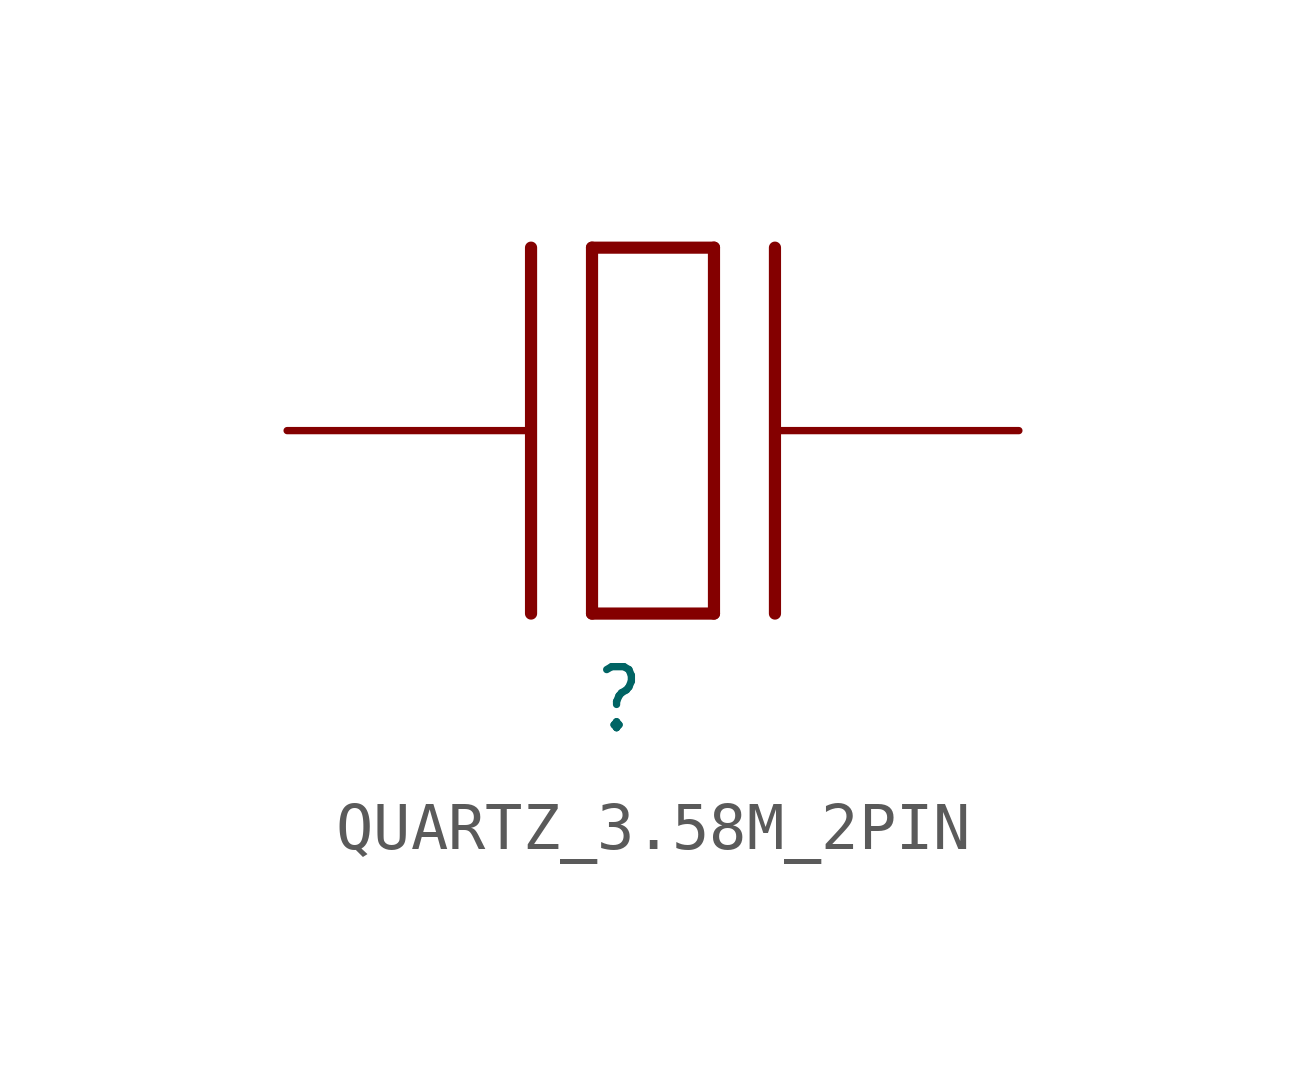
<source format=kicad_sym>
(kicad_symbol_lib
  (version 20220331)
  (generator kicad_symbol_editor)
  (symbol "QUARTZ_3.58M_2PIN"
    (property "Reference" ""
      (at -1.27 -1.27 0)
      (effects (font (size 1.27 1.079)) (justify left bottom)))
    (property "ki_locked" ""
      (at 0 0 0)
      (effects (font (size 1.27 1.27))))
    (symbol "QUARTZ_3.58M_2PIN_1_0"
      (polyline (pts (xy -2.54 8.89) (xy -2.54 1.27)) (stroke (width 0.254) (type solid)) (fill (type none)))
      (polyline (pts (xy -1.27 1.27) (xy -1.27 8.89)) (stroke (width 0.254) (type solid)) (fill (type none)))
      (polyline (pts (xy -1.27 1.27) (xy 1.27 1.27)) (stroke (width 0.254) (type solid)) (fill (type none)))
      (polyline (pts (xy 1.27 1.27) (xy 1.27 8.89)) (stroke (width 0.254) (type solid)) (fill (type none)))
      (polyline (pts (xy 1.27 8.89) (xy -1.27 8.89)) (stroke (width 0.254) (type solid)) (fill (type none)))
      (polyline (pts (xy 2.54 8.89) (xy 2.54 1.27)) (stroke (width 0.254) (type solid)) (fill (type none)))
      (pin bidirectional line (at -7.62 5.08 0) (length 5.08) (name "1" (effects (font (size 0 0)))) (number "1" (effects (font (size 0 0)))))
      (pin bidirectional line (at 7.62 5.08 180) (length 5.08) (name "2" (effects (font (size 0 0)))) (number "2" (effects (font (size 0 0))))))))
</source>
